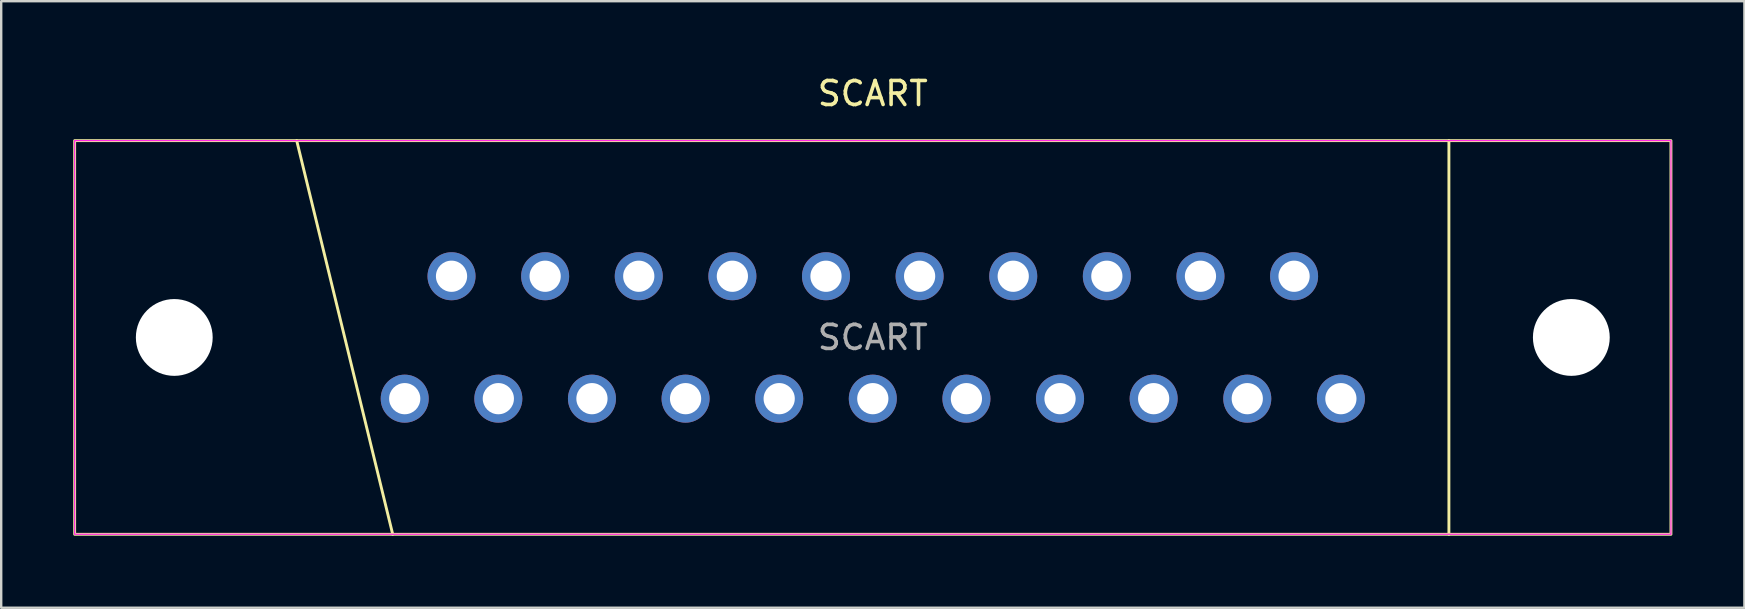
<source format=kicad_pcb>
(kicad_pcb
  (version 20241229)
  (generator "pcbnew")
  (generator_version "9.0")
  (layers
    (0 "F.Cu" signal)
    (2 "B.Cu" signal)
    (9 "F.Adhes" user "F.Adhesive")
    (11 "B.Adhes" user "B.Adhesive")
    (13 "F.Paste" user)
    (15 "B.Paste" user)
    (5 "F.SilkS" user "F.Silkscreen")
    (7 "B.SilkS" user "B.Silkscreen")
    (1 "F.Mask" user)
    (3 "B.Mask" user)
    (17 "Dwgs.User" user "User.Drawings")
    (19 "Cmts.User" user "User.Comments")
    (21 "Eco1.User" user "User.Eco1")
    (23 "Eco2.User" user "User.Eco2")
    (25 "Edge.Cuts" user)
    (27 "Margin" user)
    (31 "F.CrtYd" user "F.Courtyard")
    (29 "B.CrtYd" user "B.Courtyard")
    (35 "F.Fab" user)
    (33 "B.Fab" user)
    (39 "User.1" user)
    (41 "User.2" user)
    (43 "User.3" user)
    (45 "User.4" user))
  (footprint "SCART"
    (layer "F.Cu")
    (at 33.31 11.008)
    (property "Reference" "SCART" (at 0 -10.16 0) (layer "F.SilkS") (effects (font (size 1 1) (thickness 0.15))))
    (attr through_hole)
    (fp_line (start -24 -8.2) (end -20 8.2) (stroke (width 0.12) (type default)) (layer "F.SilkS"))
    (fp_line (start 24 -8.2) (end 24 8.2) (stroke (width 0.12) (type default)) (layer "F.SilkS"))
    (fp_rect (start -33.25 -8.2) (end 33.25 8.2) (stroke (width 0.12) (type default)) (fill no) (layer "F.SilkS"))
    (fp_rect (start -33.25 -8.2) (end 33.25 8.2) (stroke (width 0.05) (type default)) (fill no) (layer "F.CrtYd"))
    (fp_text user "${REFERENCE}" (at 0 0 0) (layer "F.Fab") (effects (font (size 1 1) (thickness 0.15))))
    (pad "" np_thru_hole circle (at -29.1 0) (size 3.2 3.2) (drill 3.2) (layers "*.Cu" "*.Mask"))
    (pad "" np_thru_hole circle (at 29.1 0) (size 3.2 3.2) (drill 3.2) (layers "*.Cu" "*.Mask"))
    (pad "1" thru_hole oval (at 19.5 2.55) (size 2 2) (drill 1.3) (layers "*.Cu" "*.Mask"))
    (pad "2" thru_hole oval (at 17.55 -2.55) (size 2 2) (drill 1.3) (layers "*.Cu" "*.Mask"))
    (pad "3" thru_hole oval (at 15.6 2.55) (size 2 2) (drill 1.3) (layers "*.Cu" "*.Mask"))
    (pad "4" thru_hole oval (at 13.65 -2.55) (size 2 2) (drill 1.3) (layers "*.Cu" "*.Mask"))
    (pad "5" thru_hole oval (at 11.7 2.55) (size 2 2) (drill 1.3) (layers "*.Cu" "*.Mask"))
    (pad "6" thru_hole oval (at 9.75 -2.55) (size 2 2) (drill 1.3) (layers "*.Cu" "*.Mask"))
    (pad "7" thru_hole oval (at 7.8 2.55) (size 2 2) (drill 1.3) (layers "*.Cu" "*.Mask"))
    (pad "8" thru_hole oval (at 5.85 -2.55) (size 2 2) (drill 1.3) (layers "*.Cu" "*.Mask"))
    (pad "9" thru_hole oval (at 3.9 2.55) (size 2 2) (drill 1.3) (layers "*.Cu" "*.Mask"))
    (pad "10" thru_hole oval (at 1.95 -2.55) (size 2 2) (drill 1.3) (layers "*.Cu" "*.Mask"))
    (pad "11" thru_hole oval (at 0 2.55) (size 2 2) (drill 1.3) (layers "*.Cu" "*.Mask"))
    (pad "12" thru_hole oval (at -1.95 -2.55) (size 2 2) (drill 1.3) (layers "*.Cu" "*.Mask"))
    (pad "13" thru_hole oval (at -3.9 2.55) (size 2 2) (drill 1.3) (layers "*.Cu" "*.Mask"))
    (pad "14" thru_hole oval (at -5.85 -2.55) (size 2 2) (drill 1.3) (layers "*.Cu" "*.Mask"))
    (pad "15" thru_hole oval (at -7.8 2.55) (size 2 2) (drill 1.3) (layers "*.Cu" "*.Mask"))
    (pad "16" thru_hole oval (at -9.75 -2.55) (size 2 2) (drill 1.3) (layers "*.Cu" "*.Mask"))
    (pad "17" thru_hole oval (at -11.7 2.55) (size 2 2) (drill 1.3) (layers "*.Cu" "*.Mask"))
    (pad "18" thru_hole oval (at -13.65 -2.55) (size 2 2) (drill 1.3) (layers "*.Cu" "*.Mask"))
    (pad "19" thru_hole oval (at -15.6 2.55) (size 2 2) (drill 1.3) (layers "*.Cu" "*.Mask"))
    (pad "20" thru_hole oval (at -17.55 -2.55) (size 2 2) (drill 1.3) (layers "*.Cu" "*.Mask"))
    (pad "21" thru_hole oval (at -19.5 2.55) (size 2 2) (drill 1.3) (layers "*.Cu" "*.Mask")))
  (gr_rect
    (start -3 -3)
    (end 69.62 22.268)
    (stroke (width 0.1) (type default))
    (fill no)
    (layer "Edge.Cuts")))
</source>
